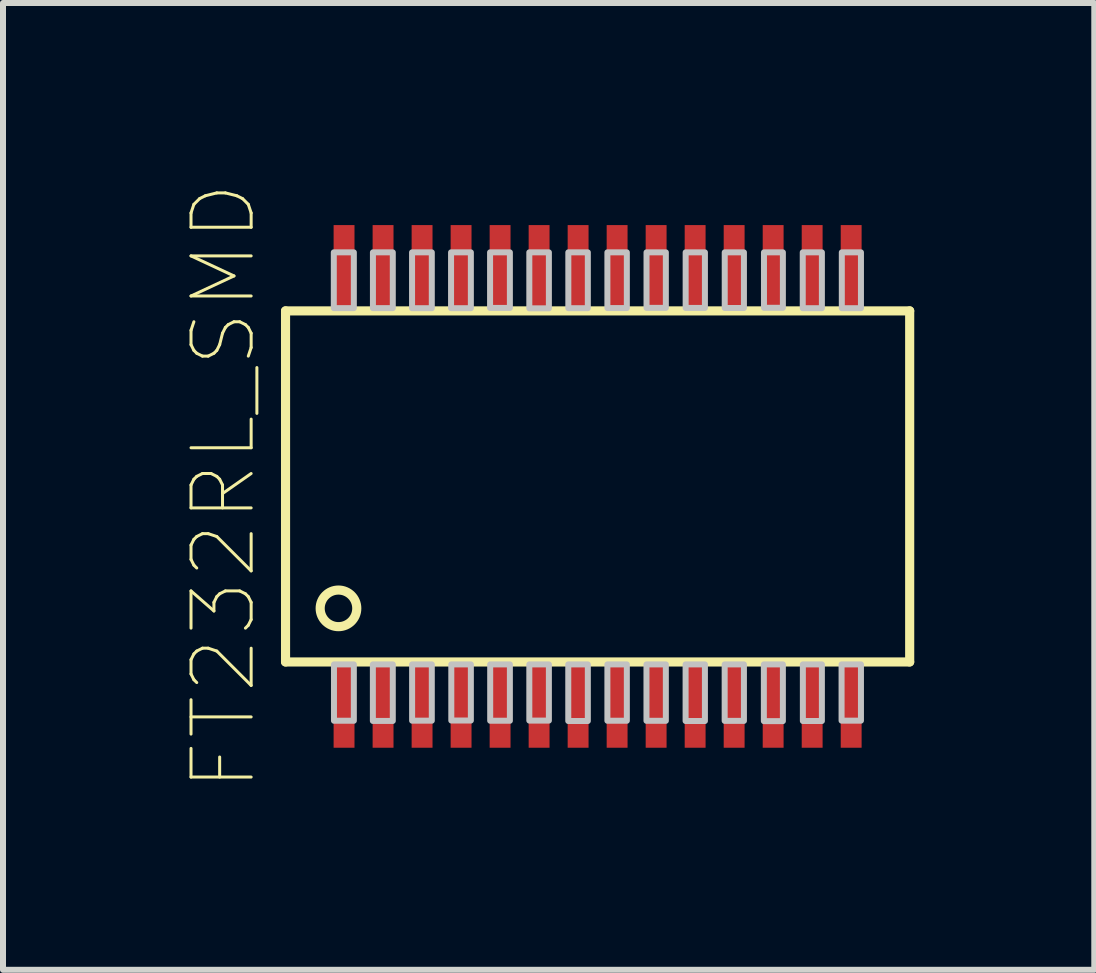
<source format=kicad_pcb>
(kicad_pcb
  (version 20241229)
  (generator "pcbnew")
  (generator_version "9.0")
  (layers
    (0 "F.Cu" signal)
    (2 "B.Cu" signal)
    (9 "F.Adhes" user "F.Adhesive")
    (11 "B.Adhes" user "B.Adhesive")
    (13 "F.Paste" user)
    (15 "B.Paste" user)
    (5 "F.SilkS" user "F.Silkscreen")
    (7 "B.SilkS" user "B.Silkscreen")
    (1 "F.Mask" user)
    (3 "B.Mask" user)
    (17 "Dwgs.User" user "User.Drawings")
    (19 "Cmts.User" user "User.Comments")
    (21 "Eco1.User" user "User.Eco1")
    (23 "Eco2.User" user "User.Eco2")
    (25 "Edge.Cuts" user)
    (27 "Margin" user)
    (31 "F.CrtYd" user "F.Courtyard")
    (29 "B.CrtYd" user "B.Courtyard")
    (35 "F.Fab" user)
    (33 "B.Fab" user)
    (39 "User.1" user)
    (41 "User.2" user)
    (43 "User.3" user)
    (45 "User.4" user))
  (footprint "FT232RL_SMD"
    (layer "F.Cu")
    (at 6.908 5.055)
    (property "Reference" "FT232RL_SMD" (at -6.234 0 90) (layer "F.SilkS") (effects (font (size 1.002 1.002) (thickness 0.05))))
    (attr smd)
    (fp_line (start -5.2 -2.925) (end 5.2 -2.925) (stroke (width 0.152) (type solid)) (layer "F.SilkS"))
    (fp_line (start -5.2 2.925) (end -5.2 -2.925) (stroke (width 0.152) (type solid)) (layer "F.SilkS"))
    (fp_line (start 5.2 -2.925) (end 5.2 2.925) (stroke (width 0.152) (type solid)) (layer "F.SilkS"))
    (fp_line (start 5.2 2.925) (end -5.2 2.925) (stroke (width 0.152) (type solid)) (layer "F.SilkS"))
    (fp_circle (center -4.318 2.032) (end -4.013 2.032) (stroke (width 0.152) (type solid)) (fill no) (layer "F.SilkS"))
    (fp_poly (pts (xy -4.396 -3.9) (xy -4.062 -3.9) (xy -4.062 -2.971) (xy -4.396 -2.971)) (stroke (width 0.1) (type solid)) (fill no) (layer "Dwgs.User"))
    (fp_poly (pts (xy -4.393 2.966) (xy -4.062 2.966) (xy -4.062 3.905) (xy -4.393 3.905)) (stroke (width 0.1) (type solid)) (fill no) (layer "Dwgs.User"))
    (fp_poly (pts (xy -3.745 2.966) (xy -3.413 2.966) (xy -3.413 3.908) (xy -3.745 3.908)) (stroke (width 0.1) (type solid)) (fill no) (layer "Dwgs.User"))
    (fp_poly (pts (xy -3.744 -3.9) (xy -3.413 -3.9) (xy -3.413 -2.971) (xy -3.744 -2.971)) (stroke (width 0.1) (type solid)) (fill no) (layer "Dwgs.User"))
    (fp_poly (pts (xy -3.092 -3.9) (xy -2.763 -3.9) (xy -2.763 -2.969) (xy -3.092 -2.969)) (stroke (width 0.1) (type solid)) (fill no) (layer "Dwgs.User"))
    (fp_poly (pts (xy -3.091 2.966) (xy -2.763 2.966) (xy -2.763 3.904) (xy -3.091 3.904)) (stroke (width 0.1) (type solid)) (fill no) (layer "Dwgs.User"))
    (fp_poly (pts (xy -2.442 -3.9) (xy -2.112 -3.9) (xy -2.112 -2.97) (xy -2.442 -2.97)) (stroke (width 0.1) (type solid)) (fill no) (layer "Dwgs.User"))
    (fp_poly (pts (xy -2.438 2.966) (xy -2.112 2.966) (xy -2.112 3.901) (xy -2.438 3.901)) (stroke (width 0.1) (type solid)) (fill no) (layer "Dwgs.User"))
    (fp_poly (pts (xy -1.792 -3.9) (xy -1.462 -3.9) (xy -1.462 -2.974) (xy -1.792 -2.974)) (stroke (width 0.1) (type solid)) (fill no) (layer "Dwgs.User"))
    (fp_poly (pts (xy -1.79 2.966) (xy -1.462 2.966) (xy -1.462 3.905) (xy -1.79 3.905)) (stroke (width 0.1) (type solid)) (fill no) (layer "Dwgs.User"))
    (fp_poly (pts (xy -1.138 -3.9) (xy -0.812 -3.9) (xy -0.812 -2.967) (xy -1.138 -2.967)) (stroke (width 0.1) (type solid)) (fill no) (layer "Dwgs.User"))
    (fp_poly (pts (xy -1.138 2.966) (xy -0.812 2.966) (xy -0.812 3.902) (xy -1.138 3.902)) (stroke (width 0.1) (type solid)) (fill no) (layer "Dwgs.User"))
    (fp_poly (pts (xy -0.489 2.966) (xy -0.163 2.966) (xy -0.163 3.909) (xy -0.489 3.909)) (stroke (width 0.1) (type solid)) (fill no) (layer "Dwgs.User"))
    (fp_poly (pts (xy -0.488 -3.9) (xy -0.163 -3.9) (xy -0.163 -2.97) (xy -0.488 -2.97)) (stroke (width 0.1) (type solid)) (fill no) (layer "Dwgs.User"))
    (fp_poly (pts (xy 0.163 2.966) (xy 0.487 2.966) (xy 0.487 3.905) (xy 0.163 3.905)) (stroke (width 0.1) (type solid)) (fill no) (layer "Dwgs.User"))
    (fp_poly (pts (xy 0.163 -3.9) (xy 0.487 -3.9) (xy 0.487 -2.972) (xy 0.163 -2.972)) (stroke (width 0.1) (type solid)) (fill no) (layer "Dwgs.User"))
    (fp_poly (pts (xy 0.814 2.966) (xy 1.137 2.966) (xy 1.137 3.906) (xy 0.814 3.906)) (stroke (width 0.1) (type solid)) (fill no) (layer "Dwgs.User"))
    (fp_poly (pts (xy 0.815 -3.9) (xy 1.137 -3.9) (xy 1.137 -2.975) (xy 0.815 -2.975)) (stroke (width 0.1) (type solid)) (fill no) (layer "Dwgs.User"))
    (fp_poly (pts (xy 1.466 2.966) (xy 1.788 2.966) (xy 1.788 3.909) (xy 1.466 3.909)) (stroke (width 0.1) (type solid)) (fill no) (layer "Dwgs.User"))
    (fp_poly (pts (xy 1.467 -3.9) (xy 1.788 -3.9) (xy 1.788 -2.974) (xy 1.467 -2.974)) (stroke (width 0.1) (type solid)) (fill no) (layer "Dwgs.User"))
    (fp_poly (pts (xy 2.117 2.966) (xy 2.438 2.966) (xy 2.438 3.907) (xy 2.117 3.907)) (stroke (width 0.1) (type solid)) (fill no) (layer "Dwgs.User"))
    (fp_poly (pts (xy 2.118 -3.9) (xy 2.438 -3.9) (xy 2.438 -2.973) (xy 2.118 -2.973)) (stroke (width 0.1) (type solid)) (fill no) (layer "Dwgs.User"))
    (fp_poly (pts (xy 2.77 2.966) (xy 3.087 2.966) (xy 3.087 3.911) (xy 2.77 3.911)) (stroke (width 0.1) (type solid)) (fill no) (layer "Dwgs.User"))
    (fp_poly (pts (xy 2.772 -3.9) (xy 3.087 -3.9) (xy 3.087 -2.976) (xy 2.772 -2.976)) (stroke (width 0.1) (type solid)) (fill no) (layer "Dwgs.User"))
    (fp_poly (pts (xy 3.418 -3.9) (xy 3.737 -3.9) (xy 3.737 -2.97) (xy 3.418 -2.97)) (stroke (width 0.1) (type solid)) (fill no) (layer "Dwgs.User"))
    (fp_poly (pts (xy 3.42 2.966) (xy 3.737 2.966) (xy 3.737 3.909) (xy 3.42 3.909)) (stroke (width 0.1) (type solid)) (fill no) (layer "Dwgs.User"))
    (fp_poly (pts (xy 4.065 2.966) (xy 4.388 2.966) (xy 4.388 3.903) (xy 4.065 3.903)) (stroke (width 0.1) (type solid)) (fill no) (layer "Dwgs.User"))
    (fp_poly (pts (xy 4.069 -3.9) (xy 4.388 -3.9) (xy 4.388 -2.97) (xy 4.069 -2.97)) (stroke (width 0.1) (type solid)) (fill no) (layer "Dwgs.User"))
    (pad "1" smd rect (at -4.225 3.656) (size 0.348 1.397) (layers "F.Cu" "F.Mask" "F.Paste"))
    (pad "2" smd rect (at -3.575 3.656) (size 0.348 1.397) (layers "F.Cu" "F.Mask" "F.Paste"))
    (pad "3" smd rect (at -2.925 3.656) (size 0.348 1.397) (layers "F.Cu" "F.Mask" "F.Paste"))
    (pad "4" smd rect (at -2.275 3.656) (size 0.348 1.397) (layers "F.Cu" "F.Mask" "F.Paste"))
    (pad "5" smd rect (at -1.625 3.656) (size 0.348 1.397) (layers "F.Cu" "F.Mask" "F.Paste"))
    (pad "6" smd rect (at -0.975 3.656) (size 0.348 1.397) (layers "F.Cu" "F.Mask" "F.Paste"))
    (pad "7" smd rect (at -0.325 3.656) (size 0.348 1.397) (layers "F.Cu" "F.Mask" "F.Paste"))
    (pad "8" smd rect (at 0.325 3.656) (size 0.348 1.397) (layers "F.Cu" "F.Mask" "F.Paste"))
    (pad "9" smd rect (at 0.975 3.656) (size 0.348 1.397) (layers "F.Cu" "F.Mask" "F.Paste"))
    (pad "10" smd rect (at 1.625 3.656) (size 0.348 1.397) (layers "F.Cu" "F.Mask" "F.Paste"))
    (pad "11" smd rect (at 2.275 3.656) (size 0.348 1.397) (layers "F.Cu" "F.Mask" "F.Paste"))
    (pad "12" smd rect (at 2.925 3.656) (size 0.348 1.397) (layers "F.Cu" "F.Mask" "F.Paste"))
    (pad "13" smd rect (at 3.575 3.656) (size 0.348 1.397) (layers "F.Cu" "F.Mask" "F.Paste"))
    (pad "14" smd rect (at 4.225 3.656) (size 0.348 1.397) (layers "F.Cu" "F.Mask" "F.Paste"))
    (pad "15" smd rect (at 4.225 -3.656) (size 0.348 1.397) (layers "F.Cu" "F.Mask" "F.Paste"))
    (pad "16" smd rect (at 3.575 -3.656) (size 0.348 1.397) (layers "F.Cu" "F.Mask" "F.Paste"))
    (pad "17" smd rect (at 2.925 -3.656) (size 0.348 1.397) (layers "F.Cu" "F.Mask" "F.Paste"))
    (pad "18" smd rect (at 2.275 -3.656) (size 0.348 1.397) (layers "F.Cu" "F.Mask" "F.Paste"))
    (pad "19" smd rect (at 1.625 -3.656) (size 0.348 1.397) (layers "F.Cu" "F.Mask" "F.Paste"))
    (pad "20" smd rect (at 0.975 -3.656) (size 0.348 1.397) (layers "F.Cu" "F.Mask" "F.Paste"))
    (pad "21" smd rect (at 0.325 -3.656) (size 0.348 1.397) (layers "F.Cu" "F.Mask" "F.Paste"))
    (pad "22" smd rect (at -0.325 -3.656) (size 0.348 1.397) (layers "F.Cu" "F.Mask" "F.Paste"))
    (pad "23" smd rect (at -0.975 -3.656) (size 0.348 1.397) (layers "F.Cu" "F.Mask" "F.Paste"))
    (pad "24" smd rect (at -1.625 -3.656) (size 0.348 1.397) (layers "F.Cu" "F.Mask" "F.Paste"))
    (pad "25" smd rect (at -2.275 -3.656) (size 0.348 1.397) (layers "F.Cu" "F.Mask" "F.Paste"))
    (pad "26" smd rect (at -2.925 -3.656) (size 0.348 1.397) (layers "F.Cu" "F.Mask" "F.Paste"))
    (pad "27" smd rect (at -3.575 -3.656) (size 0.348 1.397) (layers "F.Cu" "F.Mask" "F.Paste"))
    (pad "28" smd rect (at -4.225 -3.656) (size 0.348 1.397) (layers "F.Cu" "F.Mask" "F.Paste")))
  (gr_rect
    (start -3 -3)
    (end 15.184 13.11)
    (stroke (width 0.1) (type default))
    (fill no)
    (layer "Edge.Cuts")))
</source>
